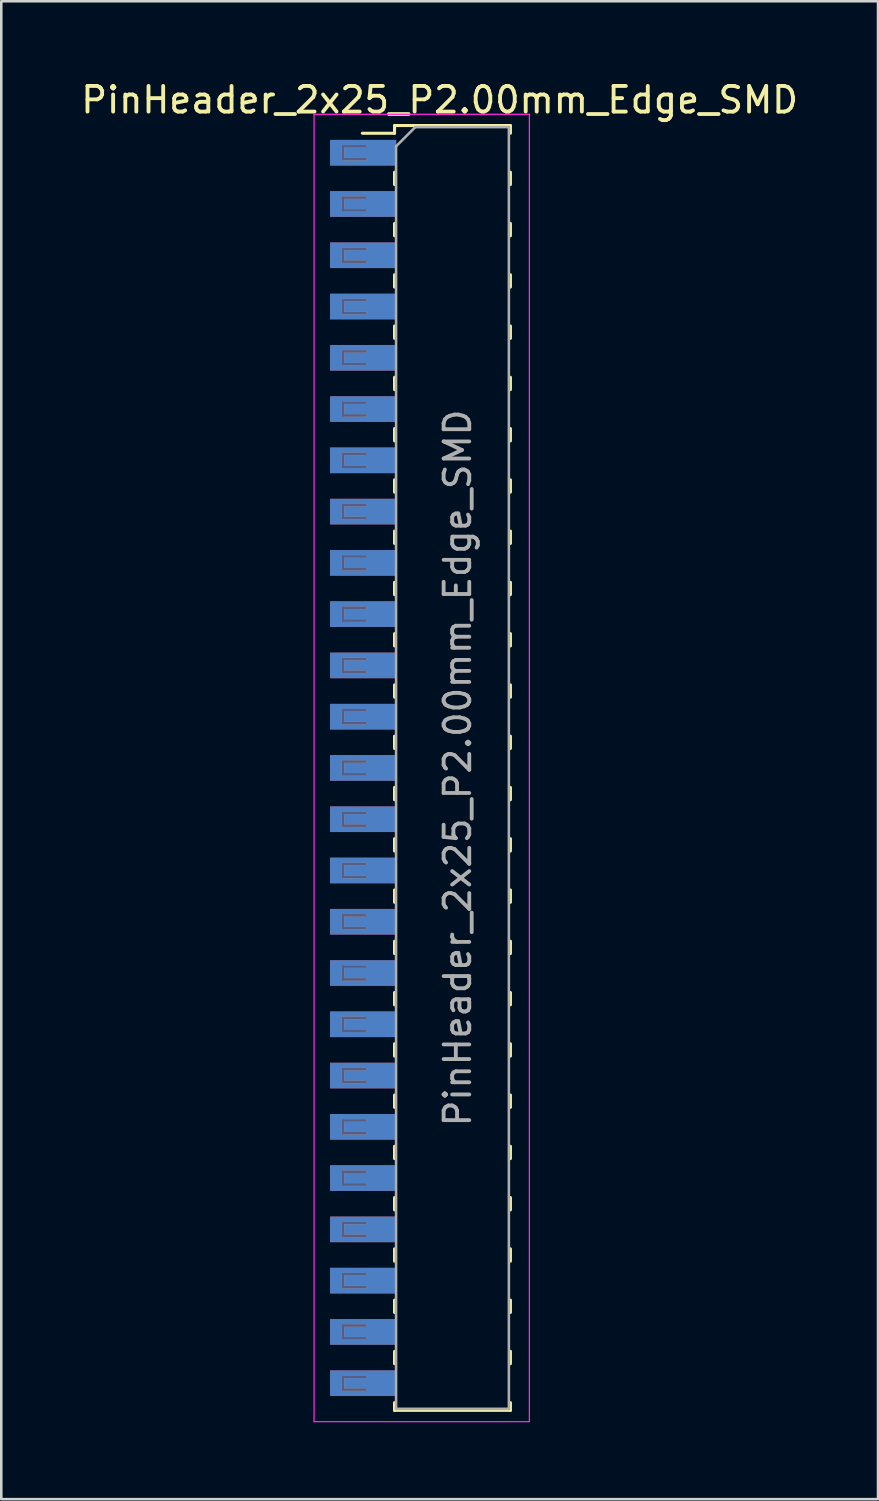
<source format=kicad_pcb>
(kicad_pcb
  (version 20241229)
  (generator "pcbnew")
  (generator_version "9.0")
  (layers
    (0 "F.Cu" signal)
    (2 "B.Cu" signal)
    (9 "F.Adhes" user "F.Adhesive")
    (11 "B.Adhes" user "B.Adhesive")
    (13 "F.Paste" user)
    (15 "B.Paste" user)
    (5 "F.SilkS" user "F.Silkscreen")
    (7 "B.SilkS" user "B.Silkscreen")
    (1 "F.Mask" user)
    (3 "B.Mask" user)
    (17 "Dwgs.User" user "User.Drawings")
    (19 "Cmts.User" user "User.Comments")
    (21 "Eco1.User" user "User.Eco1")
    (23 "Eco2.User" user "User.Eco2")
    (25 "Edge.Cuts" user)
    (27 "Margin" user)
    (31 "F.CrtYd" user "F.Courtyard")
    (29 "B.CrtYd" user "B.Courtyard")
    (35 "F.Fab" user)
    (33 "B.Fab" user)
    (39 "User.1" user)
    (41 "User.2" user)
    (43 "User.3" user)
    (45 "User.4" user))
  (footprint "PinHeader_2x25_P2.00mm_Edge_SMD"
    (layer "F.Cu")
    (at 14.101 26.908)
    (property "Reference" "PinHeader_2x25_P2.00mm_Edge_SMD" (at 0 -26.06 0) (layer "F.SilkS") (effects (font (size 1 1) (thickness 0.15))))
    (attr smd)
    (fp_line (start -3.015 -24.76) (end -1.76 -24.76) (stroke (width 0.12) (type solid)) (layer "F.SilkS"))
    (fp_line (start -1.76 -25.06) (end -1.76 -24.76) (stroke (width 0.12) (type solid)) (layer "F.SilkS"))
    (fp_line (start -1.76 -25.06) (end 2.76 -25.06) (stroke (width 0.12) (type solid)) (layer "F.SilkS"))
    (fp_line (start -1.76 -23.24) (end -1.76 -22.76) (stroke (width 0.12) (type solid)) (layer "F.SilkS"))
    (fp_line (start -1.76 -21.24) (end -1.76 -20.76) (stroke (width 0.12) (type solid)) (layer "F.SilkS"))
    (fp_line (start -1.76 -19.24) (end -1.76 -18.76) (stroke (width 0.12) (type solid)) (layer "F.SilkS"))
    (fp_line (start -1.76 -17.24) (end -1.76 -16.76) (stroke (width 0.12) (type solid)) (layer "F.SilkS"))
    (fp_line (start -1.76 -15.24) (end -1.76 -14.76) (stroke (width 0.12) (type solid)) (layer "F.SilkS"))
    (fp_line (start -1.76 -13.24) (end -1.76 -12.76) (stroke (width 0.12) (type solid)) (layer "F.SilkS"))
    (fp_line (start -1.76 -11.24) (end -1.76 -10.76) (stroke (width 0.12) (type solid)) (layer "F.SilkS"))
    (fp_line (start -1.76 -9.24) (end -1.76 -8.76) (stroke (width 0.12) (type solid)) (layer "F.SilkS"))
    (fp_line (start -1.76 -7.24) (end -1.76 -6.76) (stroke (width 0.12) (type solid)) (layer "F.SilkS"))
    (fp_line (start -1.76 -5.24) (end -1.76 -4.76) (stroke (width 0.12) (type solid)) (layer "F.SilkS"))
    (fp_line (start -1.76 -3.24) (end -1.76 -2.76) (stroke (width 0.12) (type solid)) (layer "F.SilkS"))
    (fp_line (start -1.76 -1.24) (end -1.76 -0.76) (stroke (width 0.12) (type solid)) (layer "F.SilkS"))
    (fp_line (start -1.76 0.76) (end -1.76 1.24) (stroke (width 0.12) (type solid)) (layer "F.SilkS"))
    (fp_line (start -1.76 2.76) (end -1.76 3.24) (stroke (width 0.12) (type solid)) (layer "F.SilkS"))
    (fp_line (start -1.76 4.76) (end -1.76 5.24) (stroke (width 0.12) (type solid)) (layer "F.SilkS"))
    (fp_line (start -1.76 6.76) (end -1.76 7.24) (stroke (width 0.12) (type solid)) (layer "F.SilkS"))
    (fp_line (start -1.76 8.76) (end -1.76 9.24) (stroke (width 0.12) (type solid)) (layer "F.SilkS"))
    (fp_line (start -1.76 10.76) (end -1.76 11.24) (stroke (width 0.12) (type solid)) (layer "F.SilkS"))
    (fp_line (start -1.76 12.76) (end -1.76 13.24) (stroke (width 0.12) (type solid)) (layer "F.SilkS"))
    (fp_line (start -1.76 14.76) (end -1.76 15.24) (stroke (width 0.12) (type solid)) (layer "F.SilkS"))
    (fp_line (start -1.76 16.76) (end -1.76 17.24) (stroke (width 0.12) (type solid)) (layer "F.SilkS"))
    (fp_line (start -1.76 18.76) (end -1.76 19.24) (stroke (width 0.12) (type solid)) (layer "F.SilkS"))
    (fp_line (start -1.76 20.76) (end -1.76 21.24) (stroke (width 0.12) (type solid)) (layer "F.SilkS"))
    (fp_line (start -1.76 22.76) (end -1.76 23.24) (stroke (width 0.12) (type solid)) (layer "F.SilkS"))
    (fp_line (start -1.76 24.76) (end -1.76 25.06) (stroke (width 0.12) (type solid)) (layer "F.SilkS"))
    (fp_line (start -1.76 25.06) (end 2.76 25.06) (stroke (width 0.12) (type solid)) (layer "F.SilkS"))
    (fp_line (start 2.76 -25.06) (end 2.76 -24.76) (stroke (width 0.12) (type solid)) (layer "F.SilkS"))
    (fp_line (start 2.76 -23.24) (end 2.76 -22.76) (stroke (width 0.12) (type solid)) (layer "F.SilkS"))
    (fp_line (start 2.76 -21.24) (end 2.76 -20.76) (stroke (width 0.12) (type solid)) (layer "F.SilkS"))
    (fp_line (start 2.76 -19.24) (end 2.76 -18.76) (stroke (width 0.12) (type solid)) (layer "F.SilkS"))
    (fp_line (start 2.76 -17.24) (end 2.76 -16.76) (stroke (width 0.12) (type solid)) (layer "F.SilkS"))
    (fp_line (start 2.76 -15.24) (end 2.76 -14.76) (stroke (width 0.12) (type solid)) (layer "F.SilkS"))
    (fp_line (start 2.76 -13.24) (end 2.76 -12.76) (stroke (width 0.12) (type solid)) (layer "F.SilkS"))
    (fp_line (start 2.76 -11.24) (end 2.76 -10.76) (stroke (width 0.12) (type solid)) (layer "F.SilkS"))
    (fp_line (start 2.76 -9.24) (end 2.76 -8.76) (stroke (width 0.12) (type solid)) (layer "F.SilkS"))
    (fp_line (start 2.76 -7.24) (end 2.76 -6.76) (stroke (width 0.12) (type solid)) (layer "F.SilkS"))
    (fp_line (start 2.76 -5.24) (end 2.76 -4.76) (stroke (width 0.12) (type solid)) (layer "F.SilkS"))
    (fp_line (start 2.76 -3.24) (end 2.76 -2.76) (stroke (width 0.12) (type solid)) (layer "F.SilkS"))
    (fp_line (start 2.76 -1.24) (end 2.76 -0.76) (stroke (width 0.12) (type solid)) (layer "F.SilkS"))
    (fp_line (start 2.76 0.76) (end 2.76 1.24) (stroke (width 0.12) (type solid)) (layer "F.SilkS"))
    (fp_line (start 2.76 2.76) (end 2.76 3.24) (stroke (width 0.12) (type solid)) (layer "F.SilkS"))
    (fp_line (start 2.76 4.76) (end 2.76 5.24) (stroke (width 0.12) (type solid)) (layer "F.SilkS"))
    (fp_line (start 2.76 6.76) (end 2.76 7.24) (stroke (width 0.12) (type solid)) (layer "F.SilkS"))
    (fp_line (start 2.76 8.76) (end 2.76 9.24) (stroke (width 0.12) (type solid)) (layer "F.SilkS"))
    (fp_line (start 2.76 10.76) (end 2.76 11.24) (stroke (width 0.12) (type solid)) (layer "F.SilkS"))
    (fp_line (start 2.76 12.76) (end 2.76 13.24) (stroke (width 0.12) (type solid)) (layer "F.SilkS"))
    (fp_line (start 2.76 14.76) (end 2.76 15.24) (stroke (width 0.12) (type solid)) (layer "F.SilkS"))
    (fp_line (start 2.76 16.76) (end 2.76 17.24) (stroke (width 0.12) (type solid)) (layer "F.SilkS"))
    (fp_line (start 2.76 18.76) (end 2.76 19.24) (stroke (width 0.12) (type solid)) (layer "F.SilkS"))
    (fp_line (start 2.76 20.76) (end 2.76 21.24) (stroke (width 0.12) (type solid)) (layer "F.SilkS"))
    (fp_line (start 2.76 22.76) (end 2.76 23.24) (stroke (width 0.12) (type solid)) (layer "F.SilkS"))
    (fp_line (start 2.76 24.76) (end 2.76 25.06) (stroke (width 0.12) (type solid)) (layer "F.SilkS"))
    (fp_line (start -4.9 -25.5) (end -4.9 25.5) (stroke (width 0.05) (type solid)) (layer "F.CrtYd"))
    (fp_line (start -4.9 25.5) (end 3.5 25.5) (stroke (width 0.05) (type solid)) (layer "F.CrtYd"))
    (fp_line (start 3.5 -25.5) (end -4.9 -25.5) (stroke (width 0.05) (type solid)) (layer "F.CrtYd"))
    (fp_line (start 3.5 25.5) (end 3.5 -25.5) (stroke (width 0.05) (type solid)) (layer "F.CrtYd"))
    (fp_line (start -3.775 -24.25) (end -3.775 -23.75) (stroke (width 0.1) (type solid)) (layer "B.Fab"))
    (fp_line (start -3.775 -24.25) (end -2.9 -24.25) (stroke (width 0.1) (type solid)) (layer "B.Fab"))
    (fp_line (start -3.775 -23.75) (end -2.9 -23.75) (stroke (width 0.1) (type solid)) (layer "B.Fab"))
    (fp_line (start -3.775 -22.25) (end -3.775 -21.75) (stroke (width 0.1) (type solid)) (layer "B.Fab"))
    (fp_line (start -3.775 -21.75) (end -2.9 -21.75) (stroke (width 0.1) (type solid)) (layer "B.Fab"))
    (fp_line (start -3.775 -20.25) (end -3.775 -19.75) (stroke (width 0.1) (type solid)) (layer "B.Fab"))
    (fp_line (start -3.775 -19.75) (end -2.9 -19.75) (stroke (width 0.1) (type solid)) (layer "B.Fab"))
    (fp_line (start -3.775 -18.25) (end -3.775 -17.75) (stroke (width 0.1) (type solid)) (layer "B.Fab"))
    (fp_line (start -3.775 -17.75) (end -2.9 -17.75) (stroke (width 0.1) (type solid)) (layer "B.Fab"))
    (fp_line (start -3.775 -16.25) (end -3.775 -15.75) (stroke (width 0.1) (type solid)) (layer "B.Fab"))
    (fp_line (start -3.775 -15.75) (end -2.9 -15.75) (stroke (width 0.1) (type solid)) (layer "B.Fab"))
    (fp_line (start -3.775 -14.25) (end -3.775 -13.75) (stroke (width 0.1) (type solid)) (layer "B.Fab"))
    (fp_line (start -3.775 -13.75) (end -2.9 -13.75) (stroke (width 0.1) (type solid)) (layer "B.Fab"))
    (fp_line (start -3.775 -12.25) (end -3.775 -11.75) (stroke (width 0.1) (type solid)) (layer "B.Fab"))
    (fp_line (start -3.775 -11.75) (end -2.9 -11.75) (stroke (width 0.1) (type solid)) (layer "B.Fab"))
    (fp_line (start -3.775 -10.25) (end -3.775 -9.75) (stroke (width 0.1) (type solid)) (layer "B.Fab"))
    (fp_line (start -3.775 -9.75) (end -2.9 -9.75) (stroke (width 0.1) (type solid)) (layer "B.Fab"))
    (fp_line (start -3.775 -8.25) (end -3.775 -7.75) (stroke (width 0.1) (type solid)) (layer "B.Fab"))
    (fp_line (start -3.775 -7.75) (end -2.9 -7.75) (stroke (width 0.1) (type solid)) (layer "B.Fab"))
    (fp_line (start -3.775 -6.25) (end -3.775 -5.75) (stroke (width 0.1) (type solid)) (layer "B.Fab"))
    (fp_line (start -3.775 -5.75) (end -2.9 -5.75) (stroke (width 0.1) (type solid)) (layer "B.Fab"))
    (fp_line (start -3.775 -4.25) (end -3.775 -3.75) (stroke (width 0.1) (type solid)) (layer "B.Fab"))
    (fp_line (start -3.775 -3.75) (end -2.9 -3.75) (stroke (width 0.1) (type solid)) (layer "B.Fab"))
    (fp_line (start -3.775 -2.25) (end -3.775 -1.75) (stroke (width 0.1) (type solid)) (layer "B.Fab"))
    (fp_line (start -3.775 -1.75) (end -2.9 -1.75) (stroke (width 0.1) (type solid)) (layer "B.Fab"))
    (fp_line (start -3.775 -0.25) (end -3.775 0.25) (stroke (width 0.1) (type solid)) (layer "B.Fab"))
    (fp_line (start -3.775 0.25) (end -2.9 0.25) (stroke (width 0.1) (type solid)) (layer "B.Fab"))
    (fp_line (start -3.775 1.75) (end -3.775 2.25) (stroke (width 0.1) (type solid)) (layer "B.Fab"))
    (fp_line (start -3.775 2.25) (end -2.9 2.25) (stroke (width 0.1) (type solid)) (layer "B.Fab"))
    (fp_line (start -3.775 3.75) (end -3.775 4.25) (stroke (width 0.1) (type solid)) (layer "B.Fab"))
    (fp_line (start -3.775 4.25) (end -2.9 4.25) (stroke (width 0.1) (type solid)) (layer "B.Fab"))
    (fp_line (start -3.775 5.75) (end -3.775 6.25) (stroke (width 0.1) (type solid)) (layer "B.Fab"))
    (fp_line (start -3.775 6.25) (end -2.9 6.25) (stroke (width 0.1) (type solid)) (layer "B.Fab"))
    (fp_line (start -3.775 7.75) (end -3.775 8.25) (stroke (width 0.1) (type solid)) (layer "B.Fab"))
    (fp_line (start -3.775 8.25) (end -2.9 8.25) (stroke (width 0.1) (type solid)) (layer "B.Fab"))
    (fp_line (start -3.775 9.75) (end -3.775 10.25) (stroke (width 0.1) (type solid)) (layer "B.Fab"))
    (fp_line (start -3.775 10.25) (end -2.9 10.25) (stroke (width 0.1) (type solid)) (layer "B.Fab"))
    (fp_line (start -3.775 11.75) (end -3.775 12.25) (stroke (width 0.1) (type solid)) (layer "B.Fab"))
    (fp_line (start -3.775 12.25) (end -2.9 12.25) (stroke (width 0.1) (type solid)) (layer "B.Fab"))
    (fp_line (start -3.775 13.75) (end -3.775 14.25) (stroke (width 0.1) (type solid)) (layer "B.Fab"))
    (fp_line (start -3.775 14.25) (end -2.9 14.25) (stroke (width 0.1) (type solid)) (layer "B.Fab"))
    (fp_line (start -3.775 15.75) (end -3.775 16.25) (stroke (width 0.1) (type solid)) (layer "B.Fab"))
    (fp_line (start -3.775 16.25) (end -2.9 16.25) (stroke (width 0.1) (type solid)) (layer "B.Fab"))
    (fp_line (start -3.775 17.75) (end -3.775 18.25) (stroke (width 0.1) (type solid)) (layer "B.Fab"))
    (fp_line (start -3.775 18.25) (end -2.9 18.25) (stroke (width 0.1) (type solid)) (layer "B.Fab"))
    (fp_line (start -3.775 19.75) (end -3.775 20.25) (stroke (width 0.1) (type solid)) (layer "B.Fab"))
    (fp_line (start -3.775 20.25) (end -2.9 20.25) (stroke (width 0.1) (type solid)) (layer "B.Fab"))
    (fp_line (start -3.775 21.75) (end -3.775 22.25) (stroke (width 0.1) (type solid)) (layer "B.Fab"))
    (fp_line (start -3.775 22.25) (end -2.9 22.25) (stroke (width 0.1) (type solid)) (layer "B.Fab"))
    (fp_line (start -3.775 23.75) (end -3.775 24.25) (stroke (width 0.1) (type solid)) (layer "B.Fab"))
    (fp_line (start -3.775 24.25) (end -2.9 24.25) (stroke (width 0.1) (type solid)) (layer "B.Fab"))
    (fp_line (start -2.9 -22.25) (end -3.775 -22.25) (stroke (width 0.1) (type solid)) (layer "B.Fab"))
    (fp_line (start -2.9 -20.25) (end -3.775 -20.25) (stroke (width 0.1) (type solid)) (layer "B.Fab"))
    (fp_line (start -2.9 -18.25) (end -3.775 -18.25) (stroke (width 0.1) (type solid)) (layer "B.Fab"))
    (fp_line (start -2.9 -16.25) (end -3.775 -16.25) (stroke (width 0.1) (type solid)) (layer "B.Fab"))
    (fp_line (start -2.9 -14.25) (end -3.775 -14.25) (stroke (width 0.1) (type solid)) (layer "B.Fab"))
    (fp_line (start -2.9 -12.25) (end -3.775 -12.25) (stroke (width 0.1) (type solid)) (layer "B.Fab"))
    (fp_line (start -2.9 -10.25) (end -3.775 -10.25) (stroke (width 0.1) (type solid)) (layer "B.Fab"))
    (fp_line (start -2.9 -8.25) (end -3.775 -8.25) (stroke (width 0.1) (type solid)) (layer "B.Fab"))
    (fp_line (start -2.9 -6.25) (end -3.775 -6.25) (stroke (width 0.1) (type solid)) (layer "B.Fab"))
    (fp_line (start -2.9 -4.25) (end -3.775 -4.25) (stroke (width 0.1) (type solid)) (layer "B.Fab"))
    (fp_line (start -2.9 -2.25) (end -3.775 -2.25) (stroke (width 0.1) (type solid)) (layer "B.Fab"))
    (fp_line (start -2.9 -0.25) (end -3.775 -0.25) (stroke (width 0.1) (type solid)) (layer "B.Fab"))
    (fp_line (start -2.9 1.75) (end -3.775 1.75) (stroke (width 0.1) (type solid)) (layer "B.Fab"))
    (fp_line (start -2.9 3.75) (end -3.775 3.75) (stroke (width 0.1) (type solid)) (layer "B.Fab"))
    (fp_line (start -2.9 5.75) (end -3.775 5.75) (stroke (width 0.1) (type solid)) (layer "B.Fab"))
    (fp_line (start -2.9 7.75) (end -3.775 7.75) (stroke (width 0.1) (type solid)) (layer "B.Fab"))
    (fp_line (start -2.9 9.75) (end -3.775 9.75) (stroke (width 0.1) (type solid)) (layer "B.Fab"))
    (fp_line (start -2.9 11.75) (end -3.775 11.75) (stroke (width 0.1) (type solid)) (layer "B.Fab"))
    (fp_line (start -2.9 13.75) (end -3.775 13.75) (stroke (width 0.1) (type solid)) (layer "B.Fab"))
    (fp_line (start -2.9 15.75) (end -3.775 15.75) (stroke (width 0.1) (type solid)) (layer "B.Fab"))
    (fp_line (start -2.9 17.75) (end -3.775 17.75) (stroke (width 0.1) (type solid)) (layer "B.Fab"))
    (fp_line (start -2.9 19.75) (end -3.775 19.75) (stroke (width 0.1) (type solid)) (layer "B.Fab"))
    (fp_line (start -2.9 21.75) (end -3.775 21.75) (stroke (width 0.1) (type solid)) (layer "B.Fab"))
    (fp_line (start -2.9 23.75) (end -3.775 23.75) (stroke (width 0.1) (type solid)) (layer "B.Fab"))
    (fp_line (start -3.775 -24.25) (end -3.775 -23.75) (stroke (width 0.1) (type solid)) (layer "F.Fab"))
    (fp_line (start -3.775 -23.75) (end -2.9 -23.75) (stroke (width 0.1) (type solid)) (layer "F.Fab"))
    (fp_line (start -3.775 -22.25) (end -3.775 -21.75) (stroke (width 0.1) (type solid)) (layer "F.Fab"))
    (fp_line (start -3.775 -21.75) (end -2.9 -21.75) (stroke (width 0.1) (type solid)) (layer "F.Fab"))
    (fp_line (start -3.775 -20.25) (end -3.775 -19.75) (stroke (width 0.1) (type solid)) (layer "F.Fab"))
    (fp_line (start -3.775 -19.75) (end -2.9 -19.75) (stroke (width 0.1) (type solid)) (layer "F.Fab"))
    (fp_line (start -3.775 -18.25) (end -3.775 -17.75) (stroke (width 0.1) (type solid)) (layer "F.Fab"))
    (fp_line (start -3.775 -17.75) (end -2.9 -17.75) (stroke (width 0.1) (type solid)) (layer "F.Fab"))
    (fp_line (start -3.775 -16.25) (end -3.775 -15.75) (stroke (width 0.1) (type solid)) (layer "F.Fab"))
    (fp_line (start -3.775 -15.75) (end -2.9 -15.75) (stroke (width 0.1) (type solid)) (layer "F.Fab"))
    (fp_line (start -3.775 -14.25) (end -3.775 -13.75) (stroke (width 0.1) (type solid)) (layer "F.Fab"))
    (fp_line (start -3.775 -13.75) (end -2.9 -13.75) (stroke (width 0.1) (type solid)) (layer "F.Fab"))
    (fp_line (start -3.775 -12.25) (end -3.775 -11.75) (stroke (width 0.1) (type solid)) (layer "F.Fab"))
    (fp_line (start -3.775 -11.75) (end -2.9 -11.75) (stroke (width 0.1) (type solid)) (layer "F.Fab"))
    (fp_line (start -3.775 -10.25) (end -3.775 -9.75) (stroke (width 0.1) (type solid)) (layer "F.Fab"))
    (fp_line (start -3.775 -9.75) (end -2.9 -9.75) (stroke (width 0.1) (type solid)) (layer "F.Fab"))
    (fp_line (start -3.775 -8.25) (end -3.775 -7.75) (stroke (width 0.1) (type solid)) (layer "F.Fab"))
    (fp_line (start -3.775 -7.75) (end -2.9 -7.75) (stroke (width 0.1) (type solid)) (layer "F.Fab"))
    (fp_line (start -3.775 -6.25) (end -3.775 -5.75) (stroke (width 0.1) (type solid)) (layer "F.Fab"))
    (fp_line (start -3.775 -5.75) (end -2.9 -5.75) (stroke (width 0.1) (type solid)) (layer "F.Fab"))
    (fp_line (start -3.775 -4.25) (end -3.775 -3.75) (stroke (width 0.1) (type solid)) (layer "F.Fab"))
    (fp_line (start -3.775 -3.75) (end -2.9 -3.75) (stroke (width 0.1) (type solid)) (layer "F.Fab"))
    (fp_line (start -3.775 -2.25) (end -3.775 -1.75) (stroke (width 0.1) (type solid)) (layer "F.Fab"))
    (fp_line (start -3.775 -1.75) (end -2.9 -1.75) (stroke (width 0.1) (type solid)) (layer "F.Fab"))
    (fp_line (start -3.775 -0.25) (end -3.775 0.25) (stroke (width 0.1) (type solid)) (layer "F.Fab"))
    (fp_line (start -3.775 0.25) (end -2.9 0.25) (stroke (width 0.1) (type solid)) (layer "F.Fab"))
    (fp_line (start -3.775 1.75) (end -3.775 2.25) (stroke (width 0.1) (type solid)) (layer "F.Fab"))
    (fp_line (start -3.775 2.25) (end -2.9 2.25) (stroke (width 0.1) (type solid)) (layer "F.Fab"))
    (fp_line (start -3.775 3.75) (end -3.775 4.25) (stroke (width 0.1) (type solid)) (layer "F.Fab"))
    (fp_line (start -3.775 4.25) (end -2.9 4.25) (stroke (width 0.1) (type solid)) (layer "F.Fab"))
    (fp_line (start -3.775 5.75) (end -3.775 6.25) (stroke (width 0.1) (type solid)) (layer "F.Fab"))
    (fp_line (start -3.775 6.25) (end -2.9 6.25) (stroke (width 0.1) (type solid)) (layer "F.Fab"))
    (fp_line (start -3.775 7.75) (end -3.775 8.25) (stroke (width 0.1) (type solid)) (layer "F.Fab"))
    (fp_line (start -3.775 8.25) (end -2.9 8.25) (stroke (width 0.1) (type solid)) (layer "F.Fab"))
    (fp_line (start -3.775 9.75) (end -3.775 10.25) (stroke (width 0.1) (type solid)) (layer "F.Fab"))
    (fp_line (start -3.775 10.25) (end -2.9 10.25) (stroke (width 0.1) (type solid)) (layer "F.Fab"))
    (fp_line (start -3.775 11.75) (end -3.775 12.25) (stroke (width 0.1) (type solid)) (layer "F.Fab"))
    (fp_line (start -3.775 12.25) (end -2.9 12.25) (stroke (width 0.1) (type solid)) (layer "F.Fab"))
    (fp_line (start -3.775 13.75) (end -3.775 14.25) (stroke (width 0.1) (type solid)) (layer "F.Fab"))
    (fp_line (start -3.775 14.25) (end -2.9 14.25) (stroke (width 0.1) (type solid)) (layer "F.Fab"))
    (fp_line (start -3.775 15.75) (end -3.775 16.25) (stroke (width 0.1) (type solid)) (layer "F.Fab"))
    (fp_line (start -3.775 16.25) (end -2.9 16.25) (stroke (width 0.1) (type solid)) (layer "F.Fab"))
    (fp_line (start -3.775 17.75) (end -3.775 18.25) (stroke (width 0.1) (type solid)) (layer "F.Fab"))
    (fp_line (start -3.775 18.25) (end -2.9 18.25) (stroke (width 0.1) (type solid)) (layer "F.Fab"))
    (fp_line (start -3.775 19.75) (end -3.775 20.25) (stroke (width 0.1) (type solid)) (layer "F.Fab"))
    (fp_line (start -3.775 20.25) (end -2.9 20.25) (stroke (width 0.1) (type solid)) (layer "F.Fab"))
    (fp_line (start -3.775 21.75) (end -3.775 22.25) (stroke (width 0.1) (type solid)) (layer "F.Fab"))
    (fp_line (start -3.775 22.25) (end -2.9 22.25) (stroke (width 0.1) (type solid)) (layer "F.Fab"))
    (fp_line (start -3.775 23.75) (end -3.775 24.25) (stroke (width 0.1) (type solid)) (layer "F.Fab"))
    (fp_line (start -3.775 24.25) (end -2.9 24.25) (stroke (width 0.1) (type solid)) (layer "F.Fab"))
    (fp_line (start -2.9 -24.25) (end -3.775 -24.25) (stroke (width 0.1) (type solid)) (layer "F.Fab"))
    (fp_line (start -2.9 -22.25) (end -3.775 -22.25) (stroke (width 0.1) (type solid)) (layer "F.Fab"))
    (fp_line (start -2.9 -20.25) (end -3.775 -20.25) (stroke (width 0.1) (type solid)) (layer "F.Fab"))
    (fp_line (start -2.9 -18.25) (end -3.775 -18.25) (stroke (width 0.1) (type solid)) (layer "F.Fab"))
    (fp_line (start -2.9 -16.25) (end -3.775 -16.25) (stroke (width 0.1) (type solid)) (layer "F.Fab"))
    (fp_line (start -2.9 -14.25) (end -3.775 -14.25) (stroke (width 0.1) (type solid)) (layer "F.Fab"))
    (fp_line (start -2.9 -12.25) (end -3.775 -12.25) (stroke (width 0.1) (type solid)) (layer "F.Fab"))
    (fp_line (start -2.9 -10.25) (end -3.775 -10.25) (stroke (width 0.1) (type solid)) (layer "F.Fab"))
    (fp_line (start -2.9 -8.25) (end -3.775 -8.25) (stroke (width 0.1) (type solid)) (layer "F.Fab"))
    (fp_line (start -2.9 -6.25) (end -3.775 -6.25) (stroke (width 0.1) (type solid)) (layer "F.Fab"))
    (fp_line (start -2.9 -4.25) (end -3.775 -4.25) (stroke (width 0.1) (type solid)) (layer "F.Fab"))
    (fp_line (start -2.9 -2.25) (end -3.775 -2.25) (stroke (width 0.1) (type solid)) (layer "F.Fab"))
    (fp_line (start -2.9 -0.25) (end -3.775 -0.25) (stroke (width 0.1) (type solid)) (layer "F.Fab"))
    (fp_line (start -2.9 1.75) (end -3.775 1.75) (stroke (width 0.1) (type solid)) (layer "F.Fab"))
    (fp_line (start -2.9 3.75) (end -3.775 3.75) (stroke (width 0.1) (type solid)) (layer "F.Fab"))
    (fp_line (start -2.9 5.75) (end -3.775 5.75) (stroke (width 0.1) (type solid)) (layer "F.Fab"))
    (fp_line (start -2.9 7.75) (end -3.775 7.75) (stroke (width 0.1) (type solid)) (layer "F.Fab"))
    (fp_line (start -2.9 9.75) (end -3.775 9.75) (stroke (width 0.1) (type solid)) (layer "F.Fab"))
    (fp_line (start -2.9 11.75) (end -3.775 11.75) (stroke (width 0.1) (type solid)) (layer "F.Fab"))
    (fp_line (start -2.9 13.75) (end -3.775 13.75) (stroke (width 0.1) (type solid)) (layer "F.Fab"))
    (fp_line (start -2.9 15.75) (end -3.775 15.75) (stroke (width 0.1) (type solid)) (layer "F.Fab"))
    (fp_line (start -2.9 17.75) (end -3.775 17.75) (stroke (width 0.1) (type solid)) (layer "F.Fab"))
    (fp_line (start -2.9 19.75) (end -3.775 19.75) (stroke (width 0.1) (type solid)) (layer "F.Fab"))
    (fp_line (start -2.9 21.75) (end -3.775 21.75) (stroke (width 0.1) (type solid)) (layer "F.Fab"))
    (fp_line (start -2.9 23.75) (end -3.775 23.75) (stroke (width 0.1) (type solid)) (layer "F.Fab"))
    (fp_line (start -1.7 -24.25) (end -0.95 -25) (stroke (width 0.1) (type solid)) (layer "F.Fab"))
    (fp_line (start -1.7 25) (end -1.7 -24.25) (stroke (width 0.1) (type solid)) (layer "F.Fab"))
    (fp_line (start -0.95 -25) (end 2.7 -25) (stroke (width 0.1) (type solid)) (layer "F.Fab"))
    (fp_line (start 2.7 -25) (end 2.7 25) (stroke (width 0.1) (type solid)) (layer "F.Fab"))
    (fp_line (start 2.7 25) (end -1.7 25) (stroke (width 0.1) (type solid)) (layer "F.Fab"))
    (fp_text user "${REFERENCE}" (at 0.7 0 270) (layer "F.Fab") (effects (font (size 1 1) (thickness 0.15))))
    (pad "1" smd rect (at -2.985 -24) (size 2.58 1) (layers "F.Cu" "F.Mask" "F.Paste"))
    (pad "2" smd rect (at -2.985 -24 180) (size 2.58 1) (layers "B.Cu" "B.Mask" "B.Paste"))
    (pad "3" smd rect (at -2.985 -22) (size 2.58 1) (layers "F.Cu" "F.Mask" "F.Paste"))
    (pad "4" smd rect (at -2.985 -22 180) (size 2.58 1) (layers "B.Cu" "B.Mask" "B.Paste"))
    (pad "5" smd rect (at -2.985 -20) (size 2.58 1) (layers "F.Cu" "F.Mask" "F.Paste"))
    (pad "6" smd rect (at -2.985 -20 180) (size 2.58 1) (layers "B.Cu" "B.Mask" "B.Paste"))
    (pad "7" smd rect (at -2.985 -18) (size 2.58 1) (layers "F.Cu" "F.Mask" "F.Paste"))
    (pad "8" smd rect (at -2.985 -18 180) (size 2.58 1) (layers "B.Cu" "B.Mask" "B.Paste"))
    (pad "9" smd rect (at -2.985 -16) (size 2.58 1) (layers "F.Cu" "F.Mask" "F.Paste"))
    (pad "10" smd rect (at -2.985 -16 180) (size 2.58 1) (layers "B.Cu" "B.Mask" "B.Paste"))
    (pad "11" smd rect (at -2.985 -14) (size 2.58 1) (layers "F.Cu" "F.Mask" "F.Paste"))
    (pad "12" smd rect (at -2.985 -14 180) (size 2.58 1) (layers "B.Cu" "B.Mask" "B.Paste"))
    (pad "13" smd rect (at -2.985 -12) (size 2.58 1) (layers "F.Cu" "F.Mask" "F.Paste"))
    (pad "14" smd rect (at -2.985 -12 180) (size 2.58 1) (layers "B.Cu" "B.Mask" "B.Paste"))
    (pad "15" smd rect (at -2.985 -10) (size 2.58 1) (layers "F.Cu" "F.Mask" "F.Paste"))
    (pad "16" smd rect (at -2.985 -10 180) (size 2.58 1) (layers "B.Cu" "B.Mask" "B.Paste"))
    (pad "17" smd rect (at -2.985 -8) (size 2.58 1) (layers "F.Cu" "F.Mask" "F.Paste"))
    (pad "18" smd rect (at -2.985 -8 180) (size 2.58 1) (layers "B.Cu" "B.Mask" "B.Paste"))
    (pad "19" smd rect (at -2.985 -6) (size 2.58 1) (layers "F.Cu" "F.Mask" "F.Paste"))
    (pad "20" smd rect (at -2.985 -6 180) (size 2.58 1) (layers "B.Cu" "B.Mask" "B.Paste"))
    (pad "21" smd rect (at -2.985 -4) (size 2.58 1) (layers "F.Cu" "F.Mask" "F.Paste"))
    (pad "22" smd rect (at -2.985 -4 180) (size 2.58 1) (layers "B.Cu" "B.Mask" "B.Paste"))
    (pad "23" smd rect (at -2.985 -2) (size 2.58 1) (layers "F.Cu" "F.Mask" "F.Paste"))
    (pad "24" smd rect (at -2.985 -2 180) (size 2.58 1) (layers "B.Cu" "B.Mask" "B.Paste"))
    (pad "25" smd rect (at -2.985 0) (size 2.58 1) (layers "F.Cu" "F.Mask" "F.Paste"))
    (pad "26" smd rect (at -2.985 0 180) (size 2.58 1) (layers "B.Cu" "B.Mask" "B.Paste"))
    (pad "27" smd rect (at -2.985 2) (size 2.58 1) (layers "F.Cu" "F.Mask" "F.Paste"))
    (pad "28" smd rect (at -2.985 2 180) (size 2.58 1) (layers "B.Cu" "B.Mask" "B.Paste"))
    (pad "29" smd rect (at -2.985 4) (size 2.58 1) (layers "F.Cu" "F.Mask" "F.Paste"))
    (pad "30" smd rect (at -2.985 4 180) (size 2.58 1) (layers "B.Cu" "B.Mask" "B.Paste"))
    (pad "31" smd rect (at -2.985 6) (size 2.58 1) (layers "F.Cu" "F.Mask" "F.Paste"))
    (pad "32" smd rect (at -2.985 6 180) (size 2.58 1) (layers "B.Cu" "B.Mask" "B.Paste"))
    (pad "33" smd rect (at -2.985 8) (size 2.58 1) (layers "F.Cu" "F.Mask" "F.Paste"))
    (pad "34" smd rect (at -2.985 8 180) (size 2.58 1) (layers "B.Cu" "B.Mask" "B.Paste"))
    (pad "35" smd rect (at -2.985 10) (size 2.58 1) (layers "F.Cu" "F.Mask" "F.Paste"))
    (pad "36" smd rect (at -2.985 10 180) (size 2.58 1) (layers "B.Cu" "B.Mask" "B.Paste"))
    (pad "37" smd rect (at -2.985 12) (size 2.58 1) (layers "F.Cu" "F.Mask" "F.Paste"))
    (pad "38" smd rect (at -2.985 12 180) (size 2.58 1) (layers "B.Cu" "B.Mask" "B.Paste"))
    (pad "39" smd rect (at -2.985 14) (size 2.58 1) (layers "F.Cu" "F.Mask" "F.Paste"))
    (pad "40" smd rect (at -2.985 14 180) (size 2.58 1) (layers "B.Cu" "B.Mask" "B.Paste"))
    (pad "41" smd rect (at -2.985 16) (size 2.58 1) (layers "F.Cu" "F.Mask" "F.Paste"))
    (pad "42" smd rect (at -2.985 16 180) (size 2.58 1) (layers "B.Cu" "B.Mask" "B.Paste"))
    (pad "43" smd rect (at -2.985 18) (size 2.58 1) (layers "F.Cu" "F.Mask" "F.Paste"))
    (pad "44" smd rect (at -2.985 18 180) (size 2.58 1) (layers "B.Cu" "B.Mask" "B.Paste"))
    (pad "45" smd rect (at -2.985 20) (size 2.58 1) (layers "F.Cu" "F.Mask" "F.Paste"))
    (pad "46" smd rect (at -2.985 20 180) (size 2.58 1) (layers "B.Cu" "B.Mask" "B.Paste"))
    (pad "47" smd rect (at -2.985 22) (size 2.58 1) (layers "F.Cu" "F.Mask" "F.Paste"))
    (pad "48" smd rect (at -2.985 22 180) (size 2.58 1) (layers "B.Cu" "B.Mask" "B.Paste"))
    (pad "49" smd rect (at -2.985 24) (size 2.58 1) (layers "F.Cu" "F.Mask" "F.Paste"))
    (pad "50" smd rect (at -2.985 24) (size 2.58 1) (layers "B.Cu" "B.Mask" "B.Paste")))
  (gr_rect
    (start -3 -3)
    (end 31.202 55.433)
    (stroke (width 0.1) (type default))
    (fill no)
    (layer "Edge.Cuts")))
</source>
